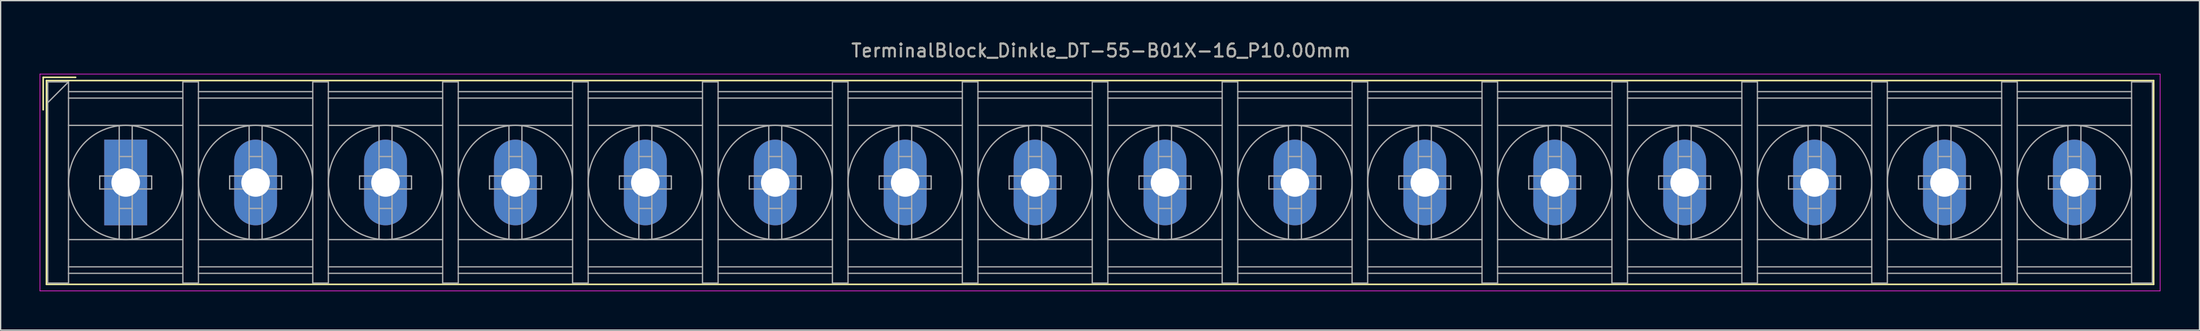
<source format=kicad_pcb>
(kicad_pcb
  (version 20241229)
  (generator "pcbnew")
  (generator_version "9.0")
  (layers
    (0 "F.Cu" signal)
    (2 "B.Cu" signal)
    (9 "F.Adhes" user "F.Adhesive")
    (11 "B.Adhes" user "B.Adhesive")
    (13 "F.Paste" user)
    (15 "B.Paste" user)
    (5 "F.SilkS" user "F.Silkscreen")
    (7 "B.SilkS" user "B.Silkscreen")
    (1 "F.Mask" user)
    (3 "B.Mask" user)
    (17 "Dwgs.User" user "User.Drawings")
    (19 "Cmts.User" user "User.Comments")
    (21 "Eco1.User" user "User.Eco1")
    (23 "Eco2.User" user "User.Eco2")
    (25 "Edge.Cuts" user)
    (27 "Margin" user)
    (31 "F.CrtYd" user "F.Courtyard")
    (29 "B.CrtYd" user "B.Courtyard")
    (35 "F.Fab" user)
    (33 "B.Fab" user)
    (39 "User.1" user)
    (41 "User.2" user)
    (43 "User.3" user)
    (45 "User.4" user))
  (footprint "TerminalBlock_Dinkle_DT-55-B01X-16_P10.00mm"
    (layer "F.Cu")
    (at 6.625 11.008)
    (property "Reference" "TerminalBlock_Dinkle_DT-55-B01X-16_P10.00mm" (at 75.08 -10.16 0) (layer "F.SilkS") (effects (font (size 1 1) (thickness 0.15))))
    (attr through_hole)
    (fp_line (start -6.35 -8.1) (end -3.85 -8.1) (stroke (width 0.12) (type solid)) (layer "F.SilkS"))
    (fp_line (start -6.35 -5.6) (end -6.35 -8.1) (stroke (width 0.12) (type solid)) (layer "F.SilkS"))
    (fp_line (start -6.1 -7.85) (end 156.1 -7.85) (stroke (width 0.12) (type solid)) (layer "F.SilkS"))
    (fp_line (start -6.1 7.85) (end -6.1 -7.85) (stroke (width 0.12) (type solid)) (layer "F.SilkS"))
    (fp_line (start -6.1 7.85) (end 156.1 7.85) (stroke (width 0.12) (type solid)) (layer "F.SilkS"))
    (fp_line (start 156.1 -7.85) (end 156.1 7.85) (stroke (width 0.12) (type solid)) (layer "F.SilkS"))
    (fp_line (start -6.6 -8.35) (end 156.6 -8.35) (stroke (width 0.05) (type solid)) (layer "F.CrtYd"))
    (fp_line (start -6.6 8.35) (end -6.6 -8.35) (stroke (width 0.05) (type solid)) (layer "F.CrtYd"))
    (fp_line (start -6.6 8.35) (end 156.6 8.35) (stroke (width 0.05) (type solid)) (layer "F.CrtYd"))
    (fp_line (start 156.6 -8.35) (end 156.6 8.35) (stroke (width 0.05) (type solid)) (layer "F.CrtYd"))
    (fp_line (start -6 -7.75) (end -6 7.75) (stroke (width 0.1) (type solid)) (layer "F.Fab"))
    (fp_line (start -6 -7.75) (end -4.4 -7.75) (stroke (width 0.1) (type solid)) (layer "F.Fab"))
    (fp_line (start -6 7.75) (end -4.4 7.75) (stroke (width 0.1) (type solid)) (layer "F.Fab"))
    (fp_line (start -4.4 -7.75) (end -6 -6.15) (stroke (width 0.1) (type solid)) (layer "F.Fab"))
    (fp_line (start -4.4 -7.75) (end -4.4 7.75) (stroke (width 0.1) (type solid)) (layer "F.Fab"))
    (fp_line (start -4.4 -7) (end 4.4 -7) (stroke (width 0.1) (type solid)) (layer "F.Fab"))
    (fp_line (start -4.4 -6.5) (end 4.4 -6.5) (stroke (width 0.1) (type solid)) (layer "F.Fab"))
    (fp_line (start -4.4 -4.4) (end 4.4 -4.4) (stroke (width 0.1) (type solid)) (layer "F.Fab"))
    (fp_line (start -4.4 4.4) (end 4.4 4.4) (stroke (width 0.1) (type solid)) (layer "F.Fab"))
    (fp_line (start -4.4 6.5) (end 4.4 6.5) (stroke (width 0.1) (type solid)) (layer "F.Fab"))
    (fp_line (start -4.4 7) (end 4.4 7) (stroke (width 0.1) (type solid)) (layer "F.Fab"))
    (fp_line (start -2 -0.5) (end -2 0.5) (stroke (width 0.1) (type solid)) (layer "F.Fab"))
    (fp_line (start -2 0.5) (end -0.5 0.5) (stroke (width 0.1) (type solid)) (layer "F.Fab"))
    (fp_line (start -0.5 -4.35) (end -0.5 -0.5) (stroke (width 0.1) (type solid)) (layer "F.Fab"))
    (fp_line (start -0.5 -2) (end 0.5 -2) (stroke (width 0.1) (type solid)) (layer "F.Fab"))
    (fp_line (start -0.5 -0.5) (end -2 -0.5) (stroke (width 0.1) (type solid)) (layer "F.Fab"))
    (fp_line (start -0.5 0.5) (end -0.5 4.35) (stroke (width 0.1) (type solid)) (layer "F.Fab"))
    (fp_line (start -0.5 2) (end 0.5 2) (stroke (width 0.1) (type solid)) (layer "F.Fab"))
    (fp_line (start 0.5 -4.35) (end 0.5 -0.5) (stroke (width 0.1) (type solid)) (layer "F.Fab"))
    (fp_line (start 0.5 -0.5) (end 2 -0.5) (stroke (width 0.1) (type solid)) (layer "F.Fab"))
    (fp_line (start 0.5 0.5) (end 0.5 4.35) (stroke (width 0.1) (type solid)) (layer "F.Fab"))
    (fp_line (start 2 -0.5) (end 2 0.5) (stroke (width 0.1) (type solid)) (layer "F.Fab"))
    (fp_line (start 2 0.5) (end 0.5 0.5) (stroke (width 0.1) (type solid)) (layer "F.Fab"))
    (fp_line (start 4.4 -7.75) (end 4.4 7.75) (stroke (width 0.1) (type solid)) (layer "F.Fab"))
    (fp_line (start 4.4 -7.75) (end 5.6 -7.75) (stroke (width 0.1) (type solid)) (layer "F.Fab"))
    (fp_line (start 4.4 7.75) (end 5.6 7.75) (stroke (width 0.1) (type solid)) (layer "F.Fab"))
    (fp_line (start 5.6 -7.75) (end 5.6 7.75) (stroke (width 0.1) (type solid)) (layer "F.Fab"))
    (fp_line (start 5.6 -7) (end 14.4 -7) (stroke (width 0.1) (type solid)) (layer "F.Fab"))
    (fp_line (start 5.6 -6.5) (end 14.4 -6.5) (stroke (width 0.1) (type solid)) (layer "F.Fab"))
    (fp_line (start 5.6 -4.4) (end 14.4 -4.4) (stroke (width 0.1) (type solid)) (layer "F.Fab"))
    (fp_line (start 5.6 4.4) (end 14.4 4.4) (stroke (width 0.1) (type solid)) (layer "F.Fab"))
    (fp_line (start 5.6 6.5) (end 14.4 6.5) (stroke (width 0.1) (type solid)) (layer "F.Fab"))
    (fp_line (start 5.6 7) (end 14.4 7) (stroke (width 0.1) (type solid)) (layer "F.Fab"))
    (fp_line (start 8 -0.5) (end 8 0.5) (stroke (width 0.1) (type solid)) (layer "F.Fab"))
    (fp_line (start 8 0.5) (end 9.5 0.5) (stroke (width 0.1) (type solid)) (layer "F.Fab"))
    (fp_line (start 9.5 -4.35) (end 9.5 -0.5) (stroke (width 0.1) (type solid)) (layer "F.Fab"))
    (fp_line (start 9.5 -2) (end 10.5 -2) (stroke (width 0.1) (type solid)) (layer "F.Fab"))
    (fp_line (start 9.5 -0.5) (end 8 -0.5) (stroke (width 0.1) (type solid)) (layer "F.Fab"))
    (fp_line (start 9.5 0.5) (end 9.5 4.35) (stroke (width 0.1) (type solid)) (layer "F.Fab"))
    (fp_line (start 9.5 2) (end 10.5 2) (stroke (width 0.1) (type solid)) (layer "F.Fab"))
    (fp_line (start 10.5 -4.35) (end 10.5 -0.5) (stroke (width 0.1) (type solid)) (layer "F.Fab"))
    (fp_line (start 10.5 -0.5) (end 12 -0.5) (stroke (width 0.1) (type solid)) (layer "F.Fab"))
    (fp_line (start 10.5 0.5) (end 10.5 4.35) (stroke (width 0.1) (type solid)) (layer "F.Fab"))
    (fp_line (start 12 -0.5) (end 12 0.5) (stroke (width 0.1) (type solid)) (layer "F.Fab"))
    (fp_line (start 12 0.5) (end 10.5 0.5) (stroke (width 0.1) (type solid)) (layer "F.Fab"))
    (fp_line (start 14.4 -7.75) (end 14.4 7.75) (stroke (width 0.1) (type solid)) (layer "F.Fab"))
    (fp_line (start 14.4 -7.75) (end 15.6 -7.75) (stroke (width 0.1) (type solid)) (layer "F.Fab"))
    (fp_line (start 14.4 7.75) (end 15.6 7.75) (stroke (width 0.1) (type solid)) (layer "F.Fab"))
    (fp_line (start 15.6 -7.75) (end 15.6 7.75) (stroke (width 0.1) (type solid)) (layer "F.Fab"))
    (fp_line (start 15.6 -7) (end 24.4 -7) (stroke (width 0.1) (type solid)) (layer "F.Fab"))
    (fp_line (start 15.6 -6.5) (end 24.4 -6.5) (stroke (width 0.1) (type solid)) (layer "F.Fab"))
    (fp_line (start 15.6 -4.4) (end 24.4 -4.4) (stroke (width 0.1) (type solid)) (layer "F.Fab"))
    (fp_line (start 15.6 4.4) (end 24.4 4.4) (stroke (width 0.1) (type solid)) (layer "F.Fab"))
    (fp_line (start 15.6 6.5) (end 24.4 6.5) (stroke (width 0.1) (type solid)) (layer "F.Fab"))
    (fp_line (start 15.6 7) (end 24.4 7) (stroke (width 0.1) (type solid)) (layer "F.Fab"))
    (fp_line (start 18 -0.5) (end 18 0.5) (stroke (width 0.1) (type solid)) (layer "F.Fab"))
    (fp_line (start 18 0.5) (end 19.5 0.5) (stroke (width 0.1) (type solid)) (layer "F.Fab"))
    (fp_line (start 19.5 -4.35) (end 19.5 -0.5) (stroke (width 0.1) (type solid)) (layer "F.Fab"))
    (fp_line (start 19.5 -2) (end 20.5 -2) (stroke (width 0.1) (type solid)) (layer "F.Fab"))
    (fp_line (start 19.5 -0.5) (end 18 -0.5) (stroke (width 0.1) (type solid)) (layer "F.Fab"))
    (fp_line (start 19.5 0.5) (end 19.5 4.35) (stroke (width 0.1) (type solid)) (layer "F.Fab"))
    (fp_line (start 19.5 2) (end 20.5 2) (stroke (width 0.1) (type solid)) (layer "F.Fab"))
    (fp_line (start 20.5 -4.35) (end 20.5 -0.5) (stroke (width 0.1) (type solid)) (layer "F.Fab"))
    (fp_line (start 20.5 -0.5) (end 22 -0.5) (stroke (width 0.1) (type solid)) (layer "F.Fab"))
    (fp_line (start 20.5 0.5) (end 20.5 4.35) (stroke (width 0.1) (type solid)) (layer "F.Fab"))
    (fp_line (start 22 -0.5) (end 22 0.5) (stroke (width 0.1) (type solid)) (layer "F.Fab"))
    (fp_line (start 22 0.5) (end 20.5 0.5) (stroke (width 0.1) (type solid)) (layer "F.Fab"))
    (fp_line (start 24.4 -7.75) (end 24.4 7.75) (stroke (width 0.1) (type solid)) (layer "F.Fab"))
    (fp_line (start 24.4 -7.75) (end 25.6 -7.75) (stroke (width 0.1) (type solid)) (layer "F.Fab"))
    (fp_line (start 24.4 7.75) (end 25.6 7.75) (stroke (width 0.1) (type solid)) (layer "F.Fab"))
    (fp_line (start 25.6 -7.75) (end 25.6 7.75) (stroke (width 0.1) (type solid)) (layer "F.Fab"))
    (fp_line (start 25.6 -7) (end 34.4 -7) (stroke (width 0.1) (type solid)) (layer "F.Fab"))
    (fp_line (start 25.6 -6.5) (end 34.4 -6.5) (stroke (width 0.1) (type solid)) (layer "F.Fab"))
    (fp_line (start 25.6 -4.4) (end 34.4 -4.4) (stroke (width 0.1) (type solid)) (layer "F.Fab"))
    (fp_line (start 25.6 4.4) (end 34.4 4.4) (stroke (width 0.1) (type solid)) (layer "F.Fab"))
    (fp_line (start 25.6 6.5) (end 34.4 6.5) (stroke (width 0.1) (type solid)) (layer "F.Fab"))
    (fp_line (start 25.6 7) (end 34.4 7) (stroke (width 0.1) (type solid)) (layer "F.Fab"))
    (fp_line (start 28 -0.5) (end 28 0.5) (stroke (width 0.1) (type solid)) (layer "F.Fab"))
    (fp_line (start 28 0.5) (end 29.5 0.5) (stroke (width 0.1) (type solid)) (layer "F.Fab"))
    (fp_line (start 29.5 -4.35) (end 29.5 -0.5) (stroke (width 0.1) (type solid)) (layer "F.Fab"))
    (fp_line (start 29.5 -2) (end 30.5 -2) (stroke (width 0.1) (type solid)) (layer "F.Fab"))
    (fp_line (start 29.5 -0.5) (end 28 -0.5) (stroke (width 0.1) (type solid)) (layer "F.Fab"))
    (fp_line (start 29.5 0.5) (end 29.5 4.35) (stroke (width 0.1) (type solid)) (layer "F.Fab"))
    (fp_line (start 29.5 2) (end 30.5 2) (stroke (width 0.1) (type solid)) (layer "F.Fab"))
    (fp_line (start 30.5 -4.35) (end 30.5 -0.5) (stroke (width 0.1) (type solid)) (layer "F.Fab"))
    (fp_line (start 30.5 -0.5) (end 32 -0.5) (stroke (width 0.1) (type solid)) (layer "F.Fab"))
    (fp_line (start 30.5 0.5) (end 30.5 4.35) (stroke (width 0.1) (type solid)) (layer "F.Fab"))
    (fp_line (start 32 -0.5) (end 32 0.5) (stroke (width 0.1) (type solid)) (layer "F.Fab"))
    (fp_line (start 32 0.5) (end 30.5 0.5) (stroke (width 0.1) (type solid)) (layer "F.Fab"))
    (fp_line (start 34.4 -7.75) (end 34.4 7.75) (stroke (width 0.1) (type solid)) (layer "F.Fab"))
    (fp_line (start 34.4 -7.75) (end 35.6 -7.75) (stroke (width 0.1) (type solid)) (layer "F.Fab"))
    (fp_line (start 34.4 7.75) (end 35.6 7.75) (stroke (width 0.1) (type solid)) (layer "F.Fab"))
    (fp_line (start 35.6 -7.75) (end 35.6 7.75) (stroke (width 0.1) (type solid)) (layer "F.Fab"))
    (fp_line (start 35.6 -7) (end 44.4 -7) (stroke (width 0.1) (type solid)) (layer "F.Fab"))
    (fp_line (start 35.6 -6.5) (end 44.4 -6.5) (stroke (width 0.1) (type solid)) (layer "F.Fab"))
    (fp_line (start 35.6 -4.4) (end 44.4 -4.4) (stroke (width 0.1) (type solid)) (layer "F.Fab"))
    (fp_line (start 35.6 4.4) (end 44.4 4.4) (stroke (width 0.1) (type solid)) (layer "F.Fab"))
    (fp_line (start 35.6 6.5) (end 44.4 6.5) (stroke (width 0.1) (type solid)) (layer "F.Fab"))
    (fp_line (start 35.6 7) (end 44.4 7) (stroke (width 0.1) (type solid)) (layer "F.Fab"))
    (fp_line (start 38 -0.5) (end 38 0.5) (stroke (width 0.1) (type solid)) (layer "F.Fab"))
    (fp_line (start 38 0.5) (end 39.5 0.5) (stroke (width 0.1) (type solid)) (layer "F.Fab"))
    (fp_line (start 39.5 -4.35) (end 39.5 -0.5) (stroke (width 0.1) (type solid)) (layer "F.Fab"))
    (fp_line (start 39.5 -2) (end 40.5 -2) (stroke (width 0.1) (type solid)) (layer "F.Fab"))
    (fp_line (start 39.5 -0.5) (end 38 -0.5) (stroke (width 0.1) (type solid)) (layer "F.Fab"))
    (fp_line (start 39.5 0.5) (end 39.5 4.35) (stroke (width 0.1) (type solid)) (layer "F.Fab"))
    (fp_line (start 39.5 2) (end 40.5 2) (stroke (width 0.1) (type solid)) (layer "F.Fab"))
    (fp_line (start 40.5 -4.35) (end 40.5 -0.5) (stroke (width 0.1) (type solid)) (layer "F.Fab"))
    (fp_line (start 40.5 -0.5) (end 42 -0.5) (stroke (width 0.1) (type solid)) (layer "F.Fab"))
    (fp_line (start 40.5 0.5) (end 40.5 4.35) (stroke (width 0.1) (type solid)) (layer "F.Fab"))
    (fp_line (start 42 -0.5) (end 42 0.5) (stroke (width 0.1) (type solid)) (layer "F.Fab"))
    (fp_line (start 42 0.5) (end 40.5 0.5) (stroke (width 0.1) (type solid)) (layer "F.Fab"))
    (fp_line (start 44.4 -7.75) (end 44.4 7.75) (stroke (width 0.1) (type solid)) (layer "F.Fab"))
    (fp_line (start 44.4 -7.75) (end 45.6 -7.75) (stroke (width 0.1) (type solid)) (layer "F.Fab"))
    (fp_line (start 44.4 7.75) (end 45.6 7.75) (stroke (width 0.1) (type solid)) (layer "F.Fab"))
    (fp_line (start 45.6 -7.75) (end 45.6 7.75) (stroke (width 0.1) (type solid)) (layer "F.Fab"))
    (fp_line (start 45.6 -7) (end 54.4 -7) (stroke (width 0.1) (type solid)) (layer "F.Fab"))
    (fp_line (start 45.6 -6.5) (end 54.4 -6.5) (stroke (width 0.1) (type solid)) (layer "F.Fab"))
    (fp_line (start 45.6 -4.4) (end 54.4 -4.4) (stroke (width 0.1) (type solid)) (layer "F.Fab"))
    (fp_line (start 45.6 4.4) (end 54.4 4.4) (stroke (width 0.1) (type solid)) (layer "F.Fab"))
    (fp_line (start 45.6 6.5) (end 54.4 6.5) (stroke (width 0.1) (type solid)) (layer "F.Fab"))
    (fp_line (start 45.6 7) (end 54.4 7) (stroke (width 0.1) (type solid)) (layer "F.Fab"))
    (fp_line (start 48 -0.5) (end 48 0.5) (stroke (width 0.1) (type solid)) (layer "F.Fab"))
    (fp_line (start 48 0.5) (end 49.5 0.5) (stroke (width 0.1) (type solid)) (layer "F.Fab"))
    (fp_line (start 49.5 -4.35) (end 49.5 -0.5) (stroke (width 0.1) (type solid)) (layer "F.Fab"))
    (fp_line (start 49.5 -2) (end 50.5 -2) (stroke (width 0.1) (type solid)) (layer "F.Fab"))
    (fp_line (start 49.5 -0.5) (end 48 -0.5) (stroke (width 0.1) (type solid)) (layer "F.Fab"))
    (fp_line (start 49.5 0.5) (end 49.5 4.35) (stroke (width 0.1) (type solid)) (layer "F.Fab"))
    (fp_line (start 49.5 2) (end 50.5 2) (stroke (width 0.1) (type solid)) (layer "F.Fab"))
    (fp_line (start 50.5 -4.35) (end 50.5 -0.5) (stroke (width 0.1) (type solid)) (layer "F.Fab"))
    (fp_line (start 50.5 -0.5) (end 52 -0.5) (stroke (width 0.1) (type solid)) (layer "F.Fab"))
    (fp_line (start 50.5 0.5) (end 50.5 4.35) (stroke (width 0.1) (type solid)) (layer "F.Fab"))
    (fp_line (start 52 -0.5) (end 52 0.5) (stroke (width 0.1) (type solid)) (layer "F.Fab"))
    (fp_line (start 52 0.5) (end 50.5 0.5) (stroke (width 0.1) (type solid)) (layer "F.Fab"))
    (fp_line (start 54.4 -7.75) (end 54.4 7.75) (stroke (width 0.1) (type solid)) (layer "F.Fab"))
    (fp_line (start 54.4 -7.75) (end 55.6 -7.75) (stroke (width 0.1) (type solid)) (layer "F.Fab"))
    (fp_line (start 54.4 7.75) (end 55.6 7.75) (stroke (width 0.1) (type solid)) (layer "F.Fab"))
    (fp_line (start 55.6 -7.75) (end 55.6 7.75) (stroke (width 0.1) (type solid)) (layer "F.Fab"))
    (fp_line (start 55.6 -7) (end 64.4 -7) (stroke (width 0.1) (type solid)) (layer "F.Fab"))
    (fp_line (start 55.6 -6.5) (end 64.4 -6.5) (stroke (width 0.1) (type solid)) (layer "F.Fab"))
    (fp_line (start 55.6 -4.4) (end 64.4 -4.4) (stroke (width 0.1) (type solid)) (layer "F.Fab"))
    (fp_line (start 55.6 4.4) (end 64.4 4.4) (stroke (width 0.1) (type solid)) (layer "F.Fab"))
    (fp_line (start 55.6 6.5) (end 64.4 6.5) (stroke (width 0.1) (type solid)) (layer "F.Fab"))
    (fp_line (start 55.6 7) (end 64.4 7) (stroke (width 0.1) (type solid)) (layer "F.Fab"))
    (fp_line (start 58 -0.5) (end 58 0.5) (stroke (width 0.1) (type solid)) (layer "F.Fab"))
    (fp_line (start 58 0.5) (end 59.5 0.5) (stroke (width 0.1) (type solid)) (layer "F.Fab"))
    (fp_line (start 59.5 -4.35) (end 59.5 -0.5) (stroke (width 0.1) (type solid)) (layer "F.Fab"))
    (fp_line (start 59.5 -2) (end 60.5 -2) (stroke (width 0.1) (type solid)) (layer "F.Fab"))
    (fp_line (start 59.5 -0.5) (end 58 -0.5) (stroke (width 0.1) (type solid)) (layer "F.Fab"))
    (fp_line (start 59.5 0.5) (end 59.5 4.35) (stroke (width 0.1) (type solid)) (layer "F.Fab"))
    (fp_line (start 59.5 2) (end 60.5 2) (stroke (width 0.1) (type solid)) (layer "F.Fab"))
    (fp_line (start 60.5 -4.35) (end 60.5 -0.5) (stroke (width 0.1) (type solid)) (layer "F.Fab"))
    (fp_line (start 60.5 -0.5) (end 62 -0.5) (stroke (width 0.1) (type solid)) (layer "F.Fab"))
    (fp_line (start 60.5 0.5) (end 60.5 4.35) (stroke (width 0.1) (type solid)) (layer "F.Fab"))
    (fp_line (start 62 -0.5) (end 62 0.5) (stroke (width 0.1) (type solid)) (layer "F.Fab"))
    (fp_line (start 62 0.5) (end 60.5 0.5) (stroke (width 0.1) (type solid)) (layer "F.Fab"))
    (fp_line (start 64.4 -7.75) (end 64.4 7.75) (stroke (width 0.1) (type solid)) (layer "F.Fab"))
    (fp_line (start 64.4 -7.75) (end 65.6 -7.75) (stroke (width 0.1) (type solid)) (layer "F.Fab"))
    (fp_line (start 64.4 7.75) (end 65.6 7.75) (stroke (width 0.1) (type solid)) (layer "F.Fab"))
    (fp_line (start 65.6 -7.75) (end 65.6 7.75) (stroke (width 0.1) (type solid)) (layer "F.Fab"))
    (fp_line (start 65.6 -7) (end 74.4 -7) (stroke (width 0.1) (type solid)) (layer "F.Fab"))
    (fp_line (start 65.6 -6.5) (end 74.4 -6.5) (stroke (width 0.1) (type solid)) (layer "F.Fab"))
    (fp_line (start 65.6 -4.4) (end 74.4 -4.4) (stroke (width 0.1) (type solid)) (layer "F.Fab"))
    (fp_line (start 65.6 4.4) (end 74.4 4.4) (stroke (width 0.1) (type solid)) (layer "F.Fab"))
    (fp_line (start 65.6 6.5) (end 74.4 6.5) (stroke (width 0.1) (type solid)) (layer "F.Fab"))
    (fp_line (start 65.6 7) (end 74.4 7) (stroke (width 0.1) (type solid)) (layer "F.Fab"))
    (fp_line (start 68 -0.5) (end 68 0.5) (stroke (width 0.1) (type solid)) (layer "F.Fab"))
    (fp_line (start 68 0.5) (end 69.5 0.5) (stroke (width 0.1) (type solid)) (layer "F.Fab"))
    (fp_line (start 69.5 -4.35) (end 69.5 -0.5) (stroke (width 0.1) (type solid)) (layer "F.Fab"))
    (fp_line (start 69.5 -2) (end 70.5 -2) (stroke (width 0.1) (type solid)) (layer "F.Fab"))
    (fp_line (start 69.5 -0.5) (end 68 -0.5) (stroke (width 0.1) (type solid)) (layer "F.Fab"))
    (fp_line (start 69.5 0.5) (end 69.5 4.35) (stroke (width 0.1) (type solid)) (layer "F.Fab"))
    (fp_line (start 69.5 2) (end 70.5 2) (stroke (width 0.1) (type solid)) (layer "F.Fab"))
    (fp_line (start 70.5 -4.35) (end 70.5 -0.5) (stroke (width 0.1) (type solid)) (layer "F.Fab"))
    (fp_line (start 70.5 -0.5) (end 72 -0.5) (stroke (width 0.1) (type solid)) (layer "F.Fab"))
    (fp_line (start 70.5 0.5) (end 70.5 4.35) (stroke (width 0.1) (type solid)) (layer "F.Fab"))
    (fp_line (start 72 -0.5) (end 72 0.5) (stroke (width 0.1) (type solid)) (layer "F.Fab"))
    (fp_line (start 72 0.5) (end 70.5 0.5) (stroke (width 0.1) (type solid)) (layer "F.Fab"))
    (fp_line (start 74.4 -7.75) (end 74.4 7.75) (stroke (width 0.1) (type solid)) (layer "F.Fab"))
    (fp_line (start 74.4 -7.75) (end 75.6 -7.75) (stroke (width 0.1) (type solid)) (layer "F.Fab"))
    (fp_line (start 74.4 7.75) (end 75.6 7.75) (stroke (width 0.1) (type solid)) (layer "F.Fab"))
    (fp_line (start 75.6 -7.75) (end 75.6 7.75) (stroke (width 0.1) (type solid)) (layer "F.Fab"))
    (fp_line (start 75.6 -7) (end 84.4 -7) (stroke (width 0.1) (type solid)) (layer "F.Fab"))
    (fp_line (start 75.6 -6.5) (end 84.4 -6.5) (stroke (width 0.1) (type solid)) (layer "F.Fab"))
    (fp_line (start 75.6 -4.4) (end 84.4 -4.4) (stroke (width 0.1) (type solid)) (layer "F.Fab"))
    (fp_line (start 75.6 4.4) (end 84.4 4.4) (stroke (width 0.1) (type solid)) (layer "F.Fab"))
    (fp_line (start 75.6 6.5) (end 84.4 6.5) (stroke (width 0.1) (type solid)) (layer "F.Fab"))
    (fp_line (start 75.6 7) (end 84.4 7) (stroke (width 0.1) (type solid)) (layer "F.Fab"))
    (fp_line (start 78 -0.5) (end 78 0.5) (stroke (width 0.1) (type solid)) (layer "F.Fab"))
    (fp_line (start 78 0.5) (end 79.5 0.5) (stroke (width 0.1) (type solid)) (layer "F.Fab"))
    (fp_line (start 79.5 -4.35) (end 79.5 -0.5) (stroke (width 0.1) (type solid)) (layer "F.Fab"))
    (fp_line (start 79.5 -2) (end 80.5 -2) (stroke (width 0.1) (type solid)) (layer "F.Fab"))
    (fp_line (start 79.5 -0.5) (end 78 -0.5) (stroke (width 0.1) (type solid)) (layer "F.Fab"))
    (fp_line (start 79.5 0.5) (end 79.5 4.35) (stroke (width 0.1) (type solid)) (layer "F.Fab"))
    (fp_line (start 79.5 2) (end 80.5 2) (stroke (width 0.1) (type solid)) (layer "F.Fab"))
    (fp_line (start 80.5 -4.35) (end 80.5 -0.5) (stroke (width 0.1) (type solid)) (layer "F.Fab"))
    (fp_line (start 80.5 -0.5) (end 82 -0.5) (stroke (width 0.1) (type solid)) (layer "F.Fab"))
    (fp_line (start 80.5 0.5) (end 80.5 4.35) (stroke (width 0.1) (type solid)) (layer "F.Fab"))
    (fp_line (start 82 -0.5) (end 82 0.5) (stroke (width 0.1) (type solid)) (layer "F.Fab"))
    (fp_line (start 82 0.5) (end 80.5 0.5) (stroke (width 0.1) (type solid)) (layer "F.Fab"))
    (fp_line (start 84.4 -7.75) (end 84.4 7.75) (stroke (width 0.1) (type solid)) (layer "F.Fab"))
    (fp_line (start 84.4 -7.75) (end 85.6 -7.75) (stroke (width 0.1) (type solid)) (layer "F.Fab"))
    (fp_line (start 84.4 7.75) (end 85.6 7.75) (stroke (width 0.1) (type solid)) (layer "F.Fab"))
    (fp_line (start 85.6 -7.75) (end 85.6 7.75) (stroke (width 0.1) (type solid)) (layer "F.Fab"))
    (fp_line (start 85.6 -7) (end 94.4 -7) (stroke (width 0.1) (type solid)) (layer "F.Fab"))
    (fp_line (start 85.6 -6.5) (end 94.4 -6.5) (stroke (width 0.1) (type solid)) (layer "F.Fab"))
    (fp_line (start 85.6 -4.4) (end 94.4 -4.4) (stroke (width 0.1) (type solid)) (layer "F.Fab"))
    (fp_line (start 85.6 4.4) (end 94.4 4.4) (stroke (width 0.1) (type solid)) (layer "F.Fab"))
    (fp_line (start 85.6 6.5) (end 94.4 6.5) (stroke (width 0.1) (type solid)) (layer "F.Fab"))
    (fp_line (start 85.6 7) (end 94.4 7) (stroke (width 0.1) (type solid)) (layer "F.Fab"))
    (fp_line (start 88 -0.5) (end 88 0.5) (stroke (width 0.1) (type solid)) (layer "F.Fab"))
    (fp_line (start 88 0.5) (end 89.5 0.5) (stroke (width 0.1) (type solid)) (layer "F.Fab"))
    (fp_line (start 89.5 -4.35) (end 89.5 -0.5) (stroke (width 0.1) (type solid)) (layer "F.Fab"))
    (fp_line (start 89.5 -2) (end 90.5 -2) (stroke (width 0.1) (type solid)) (layer "F.Fab"))
    (fp_line (start 89.5 -0.5) (end 88 -0.5) (stroke (width 0.1) (type solid)) (layer "F.Fab"))
    (fp_line (start 89.5 0.5) (end 89.5 4.35) (stroke (width 0.1) (type solid)) (layer "F.Fab"))
    (fp_line (start 89.5 2) (end 90.5 2) (stroke (width 0.1) (type solid)) (layer "F.Fab"))
    (fp_line (start 90.5 -4.35) (end 90.5 -0.5) (stroke (width 0.1) (type solid)) (layer "F.Fab"))
    (fp_line (start 90.5 -0.5) (end 92 -0.5) (stroke (width 0.1) (type solid)) (layer "F.Fab"))
    (fp_line (start 90.5 0.5) (end 90.5 4.35) (stroke (width 0.1) (type solid)) (layer "F.Fab"))
    (fp_line (start 92 -0.5) (end 92 0.5) (stroke (width 0.1) (type solid)) (layer "F.Fab"))
    (fp_line (start 92 0.5) (end 90.5 0.5) (stroke (width 0.1) (type solid)) (layer "F.Fab"))
    (fp_line (start 94.4 -7.75) (end 94.4 7.75) (stroke (width 0.1) (type solid)) (layer "F.Fab"))
    (fp_line (start 94.4 -7.75) (end 95.6 -7.75) (stroke (width 0.1) (type solid)) (layer "F.Fab"))
    (fp_line (start 94.4 7.75) (end 95.6 7.75) (stroke (width 0.1) (type solid)) (layer "F.Fab"))
    (fp_line (start 95.6 -7.75) (end 95.6 7.75) (stroke (width 0.1) (type solid)) (layer "F.Fab"))
    (fp_line (start 95.6 -7) (end 104.4 -7) (stroke (width 0.1) (type solid)) (layer "F.Fab"))
    (fp_line (start 95.6 -6.5) (end 104.4 -6.5) (stroke (width 0.1) (type solid)) (layer "F.Fab"))
    (fp_line (start 95.6 -4.4) (end 104.4 -4.4) (stroke (width 0.1) (type solid)) (layer "F.Fab"))
    (fp_line (start 95.6 4.4) (end 104.4 4.4) (stroke (width 0.1) (type solid)) (layer "F.Fab"))
    (fp_line (start 95.6 6.5) (end 104.4 6.5) (stroke (width 0.1) (type solid)) (layer "F.Fab"))
    (fp_line (start 95.6 7) (end 104.4 7) (stroke (width 0.1) (type solid)) (layer "F.Fab"))
    (fp_line (start 98 -0.5) (end 98 0.5) (stroke (width 0.1) (type solid)) (layer "F.Fab"))
    (fp_line (start 98 0.5) (end 99.5 0.5) (stroke (width 0.1) (type solid)) (layer "F.Fab"))
    (fp_line (start 99.5 -4.35) (end 99.5 -0.5) (stroke (width 0.1) (type solid)) (layer "F.Fab"))
    (fp_line (start 99.5 -2) (end 100.5 -2) (stroke (width 0.1) (type solid)) (layer "F.Fab"))
    (fp_line (start 99.5 -0.5) (end 98 -0.5) (stroke (width 0.1) (type solid)) (layer "F.Fab"))
    (fp_line (start 99.5 0.5) (end 99.5 4.35) (stroke (width 0.1) (type solid)) (layer "F.Fab"))
    (fp_line (start 99.5 2) (end 100.5 2) (stroke (width 0.1) (type solid)) (layer "F.Fab"))
    (fp_line (start 100.5 -4.35) (end 100.5 -0.5) (stroke (width 0.1) (type solid)) (layer "F.Fab"))
    (fp_line (start 100.5 -0.5) (end 102 -0.5) (stroke (width 0.1) (type solid)) (layer "F.Fab"))
    (fp_line (start 100.5 0.5) (end 100.5 4.35) (stroke (width 0.1) (type solid)) (layer "F.Fab"))
    (fp_line (start 102 -0.5) (end 102 0.5) (stroke (width 0.1) (type solid)) (layer "F.Fab"))
    (fp_line (start 102 0.5) (end 100.5 0.5) (stroke (width 0.1) (type solid)) (layer "F.Fab"))
    (fp_line (start 104.4 -7.75) (end 104.4 7.75) (stroke (width 0.1) (type solid)) (layer "F.Fab"))
    (fp_line (start 104.4 -7.75) (end 105.6 -7.75) (stroke (width 0.1) (type solid)) (layer "F.Fab"))
    (fp_line (start 104.4 7.75) (end 105.6 7.75) (stroke (width 0.1) (type solid)) (layer "F.Fab"))
    (fp_line (start 105.6 -7.75) (end 105.6 7.75) (stroke (width 0.1) (type solid)) (layer "F.Fab"))
    (fp_line (start 105.6 -7) (end 114.4 -7) (stroke (width 0.1) (type solid)) (layer "F.Fab"))
    (fp_line (start 105.6 -6.5) (end 114.4 -6.5) (stroke (width 0.1) (type solid)) (layer "F.Fab"))
    (fp_line (start 105.6 -4.4) (end 114.4 -4.4) (stroke (width 0.1) (type solid)) (layer "F.Fab"))
    (fp_line (start 105.6 4.4) (end 114.4 4.4) (stroke (width 0.1) (type solid)) (layer "F.Fab"))
    (fp_line (start 105.6 6.5) (end 114.4 6.5) (stroke (width 0.1) (type solid)) (layer "F.Fab"))
    (fp_line (start 105.6 7) (end 114.4 7) (stroke (width 0.1) (type solid)) (layer "F.Fab"))
    (fp_line (start 108 -0.5) (end 108 0.5) (stroke (width 0.1) (type solid)) (layer "F.Fab"))
    (fp_line (start 108 0.5) (end 109.5 0.5) (stroke (width 0.1) (type solid)) (layer "F.Fab"))
    (fp_line (start 109.5 -4.35) (end 109.5 -0.5) (stroke (width 0.1) (type solid)) (layer "F.Fab"))
    (fp_line (start 109.5 -2) (end 110.5 -2) (stroke (width 0.1) (type solid)) (layer "F.Fab"))
    (fp_line (start 109.5 -0.5) (end 108 -0.5) (stroke (width 0.1) (type solid)) (layer "F.Fab"))
    (fp_line (start 109.5 0.5) (end 109.5 4.35) (stroke (width 0.1) (type solid)) (layer "F.Fab"))
    (fp_line (start 109.5 2) (end 110.5 2) (stroke (width 0.1) (type solid)) (layer "F.Fab"))
    (fp_line (start 110.5 -4.35) (end 110.5 -0.5) (stroke (width 0.1) (type solid)) (layer "F.Fab"))
    (fp_line (start 110.5 -0.5) (end 112 -0.5) (stroke (width 0.1) (type solid)) (layer "F.Fab"))
    (fp_line (start 110.5 0.5) (end 110.5 4.35) (stroke (width 0.1) (type solid)) (layer "F.Fab"))
    (fp_line (start 112 -0.5) (end 112 0.5) (stroke (width 0.1) (type solid)) (layer "F.Fab"))
    (fp_line (start 112 0.5) (end 110.5 0.5) (stroke (width 0.1) (type solid)) (layer "F.Fab"))
    (fp_line (start 114.4 -7.75) (end 114.4 7.75) (stroke (width 0.1) (type solid)) (layer "F.Fab"))
    (fp_line (start 114.4 -7.75) (end 115.6 -7.75) (stroke (width 0.1) (type solid)) (layer "F.Fab"))
    (fp_line (start 114.4 7.75) (end 115.6 7.75) (stroke (width 0.1) (type solid)) (layer "F.Fab"))
    (fp_line (start 115.6 -7.75) (end 115.6 7.75) (stroke (width 0.1) (type solid)) (layer "F.Fab"))
    (fp_line (start 115.6 -7) (end 124.4 -7) (stroke (width 0.1) (type solid)) (layer "F.Fab"))
    (fp_line (start 115.6 -6.5) (end 124.4 -6.5) (stroke (width 0.1) (type solid)) (layer "F.Fab"))
    (fp_line (start 115.6 -4.4) (end 124.4 -4.4) (stroke (width 0.1) (type solid)) (layer "F.Fab"))
    (fp_line (start 115.6 4.4) (end 124.4 4.4) (stroke (width 0.1) (type solid)) (layer "F.Fab"))
    (fp_line (start 115.6 6.5) (end 124.4 6.5) (stroke (width 0.1) (type solid)) (layer "F.Fab"))
    (fp_line (start 115.6 7) (end 124.4 7) (stroke (width 0.1) (type solid)) (layer "F.Fab"))
    (fp_line (start 118 -0.5) (end 118 0.5) (stroke (width 0.1) (type solid)) (layer "F.Fab"))
    (fp_line (start 118 0.5) (end 119.5 0.5) (stroke (width 0.1) (type solid)) (layer "F.Fab"))
    (fp_line (start 119.5 -4.35) (end 119.5 -0.5) (stroke (width 0.1) (type solid)) (layer "F.Fab"))
    (fp_line (start 119.5 -2) (end 120.5 -2) (stroke (width 0.1) (type solid)) (layer "F.Fab"))
    (fp_line (start 119.5 -0.5) (end 118 -0.5) (stroke (width 0.1) (type solid)) (layer "F.Fab"))
    (fp_line (start 119.5 0.5) (end 119.5 4.35) (stroke (width 0.1) (type solid)) (layer "F.Fab"))
    (fp_line (start 119.5 2) (end 120.5 2) (stroke (width 0.1) (type solid)) (layer "F.Fab"))
    (fp_line (start 120.5 -4.35) (end 120.5 -0.5) (stroke (width 0.1) (type solid)) (layer "F.Fab"))
    (fp_line (start 120.5 -0.5) (end 122 -0.5) (stroke (width 0.1) (type solid)) (layer "F.Fab"))
    (fp_line (start 120.5 0.5) (end 120.5 4.35) (stroke (width 0.1) (type solid)) (layer "F.Fab"))
    (fp_line (start 122 -0.5) (end 122 0.5) (stroke (width 0.1) (type solid)) (layer "F.Fab"))
    (fp_line (start 122 0.5) (end 120.5 0.5) (stroke (width 0.1) (type solid)) (layer "F.Fab"))
    (fp_line (start 124.4 -7.75) (end 124.4 7.75) (stroke (width 0.1) (type solid)) (layer "F.Fab"))
    (fp_line (start 124.4 -7.75) (end 125.6 -7.75) (stroke (width 0.1) (type solid)) (layer "F.Fab"))
    (fp_line (start 124.4 7.75) (end 125.6 7.75) (stroke (width 0.1) (type solid)) (layer "F.Fab"))
    (fp_line (start 125.6 -7.75) (end 125.6 7.75) (stroke (width 0.1) (type solid)) (layer "F.Fab"))
    (fp_line (start 125.6 -7) (end 134.4 -7) (stroke (width 0.1) (type solid)) (layer "F.Fab"))
    (fp_line (start 125.6 -6.5) (end 134.4 -6.5) (stroke (width 0.1) (type solid)) (layer "F.Fab"))
    (fp_line (start 125.6 -4.4) (end 134.4 -4.4) (stroke (width 0.1) (type solid)) (layer "F.Fab"))
    (fp_line (start 125.6 4.4) (end 134.4 4.4) (stroke (width 0.1) (type solid)) (layer "F.Fab"))
    (fp_line (start 125.6 6.5) (end 134.4 6.5) (stroke (width 0.1) (type solid)) (layer "F.Fab"))
    (fp_line (start 125.6 7) (end 134.4 7) (stroke (width 0.1) (type solid)) (layer "F.Fab"))
    (fp_line (start 128 -0.5) (end 128 0.5) (stroke (width 0.1) (type solid)) (layer "F.Fab"))
    (fp_line (start 128 0.5) (end 129.5 0.5) (stroke (width 0.1) (type solid)) (layer "F.Fab"))
    (fp_line (start 129.5 -4.35) (end 129.5 -0.5) (stroke (width 0.1) (type solid)) (layer "F.Fab"))
    (fp_line (start 129.5 -2) (end 130.5 -2) (stroke (width 0.1) (type solid)) (layer "F.Fab"))
    (fp_line (start 129.5 -0.5) (end 128 -0.5) (stroke (width 0.1) (type solid)) (layer "F.Fab"))
    (fp_line (start 129.5 0.5) (end 129.5 4.35) (stroke (width 0.1) (type solid)) (layer "F.Fab"))
    (fp_line (start 129.5 2) (end 130.5 2) (stroke (width 0.1) (type solid)) (layer "F.Fab"))
    (fp_line (start 130.5 -4.35) (end 130.5 -0.5) (stroke (width 0.1) (type solid)) (layer "F.Fab"))
    (fp_line (start 130.5 -0.5) (end 132 -0.5) (stroke (width 0.1) (type solid)) (layer "F.Fab"))
    (fp_line (start 130.5 0.5) (end 130.5 4.35) (stroke (width 0.1) (type solid)) (layer "F.Fab"))
    (fp_line (start 132 -0.5) (end 132 0.5) (stroke (width 0.1) (type solid)) (layer "F.Fab"))
    (fp_line (start 132 0.5) (end 130.5 0.5) (stroke (width 0.1) (type solid)) (layer "F.Fab"))
    (fp_line (start 134.4 -7.75) (end 134.4 7.75) (stroke (width 0.1) (type solid)) (layer "F.Fab"))
    (fp_line (start 134.4 -7.75) (end 135.6 -7.75) (stroke (width 0.1) (type solid)) (layer "F.Fab"))
    (fp_line (start 134.4 7.75) (end 135.6 7.75) (stroke (width 0.1) (type solid)) (layer "F.Fab"))
    (fp_line (start 135.6 -7.75) (end 135.6 7.75) (stroke (width 0.1) (type solid)) (layer "F.Fab"))
    (fp_line (start 135.6 -7) (end 144.4 -7) (stroke (width 0.1) (type solid)) (layer "F.Fab"))
    (fp_line (start 135.6 -6.5) (end 144.4 -6.5) (stroke (width 0.1) (type solid)) (layer "F.Fab"))
    (fp_line (start 135.6 -4.4) (end 144.4 -4.4) (stroke (width 0.1) (type solid)) (layer "F.Fab"))
    (fp_line (start 135.6 4.4) (end 144.4 4.4) (stroke (width 0.1) (type solid)) (layer "F.Fab"))
    (fp_line (start 135.6 6.5) (end 144.4 6.5) (stroke (width 0.1) (type solid)) (layer "F.Fab"))
    (fp_line (start 135.6 7) (end 144.4 7) (stroke (width 0.1) (type solid)) (layer "F.Fab"))
    (fp_line (start 138 -0.5) (end 138 0.5) (stroke (width 0.1) (type solid)) (layer "F.Fab"))
    (fp_line (start 138 0.5) (end 139.5 0.5) (stroke (width 0.1) (type solid)) (layer "F.Fab"))
    (fp_line (start 139.5 -4.35) (end 139.5 -0.5) (stroke (width 0.1) (type solid)) (layer "F.Fab"))
    (fp_line (start 139.5 -2) (end 140.5 -2) (stroke (width 0.1) (type solid)) (layer "F.Fab"))
    (fp_line (start 139.5 -0.5) (end 138 -0.5) (stroke (width 0.1) (type solid)) (layer "F.Fab"))
    (fp_line (start 139.5 0.5) (end 139.5 4.35) (stroke (width 0.1) (type solid)) (layer "F.Fab"))
    (fp_line (start 139.5 2) (end 140.5 2) (stroke (width 0.1) (type solid)) (layer "F.Fab"))
    (fp_line (start 140.5 -4.35) (end 140.5 -0.5) (stroke (width 0.1) (type solid)) (layer "F.Fab"))
    (fp_line (start 140.5 -0.5) (end 142 -0.5) (stroke (width 0.1) (type solid)) (layer "F.Fab"))
    (fp_line (start 140.5 0.5) (end 140.5 4.35) (stroke (width 0.1) (type solid)) (layer "F.Fab"))
    (fp_line (start 142 -0.5) (end 142 0.5) (stroke (width 0.1) (type solid)) (layer "F.Fab"))
    (fp_line (start 142 0.5) (end 140.5 0.5) (stroke (width 0.1) (type solid)) (layer "F.Fab"))
    (fp_line (start 144.4 -7.75) (end 144.4 7.75) (stroke (width 0.1) (type solid)) (layer "F.Fab"))
    (fp_line (start 144.4 -7.75) (end 145.6 -7.75) (stroke (width 0.1) (type solid)) (layer "F.Fab"))
    (fp_line (start 144.4 7.75) (end 145.6 7.75) (stroke (width 0.1) (type solid)) (layer "F.Fab"))
    (fp_line (start 145.6 -7.75) (end 145.6 7.75) (stroke (width 0.1) (type solid)) (layer "F.Fab"))
    (fp_line (start 145.6 -7) (end 154.4 -7) (stroke (width 0.1) (type solid)) (layer "F.Fab"))
    (fp_line (start 145.6 -6.5) (end 154.4 -6.5) (stroke (width 0.1) (type solid)) (layer "F.Fab"))
    (fp_line (start 145.6 -4.4) (end 154.4 -4.4) (stroke (width 0.1) (type solid)) (layer "F.Fab"))
    (fp_line (start 145.6 4.4) (end 154.4 4.4) (stroke (width 0.1) (type solid)) (layer "F.Fab"))
    (fp_line (start 145.6 6.5) (end 154.4 6.5) (stroke (width 0.1) (type solid)) (layer "F.Fab"))
    (fp_line (start 145.6 7) (end 154.4 7) (stroke (width 0.1) (type solid)) (layer "F.Fab"))
    (fp_line (start 148 -0.5) (end 148 0.5) (stroke (width 0.1) (type solid)) (layer "F.Fab"))
    (fp_line (start 148 0.5) (end 149.5 0.5) (stroke (width 0.1) (type solid)) (layer "F.Fab"))
    (fp_line (start 149.5 -4.35) (end 149.5 -0.5) (stroke (width 0.1) (type solid)) (layer "F.Fab"))
    (fp_line (start 149.5 -2) (end 150.5 -2) (stroke (width 0.1) (type solid)) (layer "F.Fab"))
    (fp_line (start 149.5 -0.5) (end 148 -0.5) (stroke (width 0.1) (type solid)) (layer "F.Fab"))
    (fp_line (start 149.5 0.5) (end 149.5 4.35) (stroke (width 0.1) (type solid)) (layer "F.Fab"))
    (fp_line (start 149.5 2) (end 150.5 2) (stroke (width 0.1) (type solid)) (layer "F.Fab"))
    (fp_line (start 150.5 -4.35) (end 150.5 -0.5) (stroke (width 0.1) (type solid)) (layer "F.Fab"))
    (fp_line (start 150.5 -0.5) (end 152 -0.5) (stroke (width 0.1) (type solid)) (layer "F.Fab"))
    (fp_line (start 150.5 0.5) (end 150.5 4.35) (stroke (width 0.1) (type solid)) (layer "F.Fab"))
    (fp_line (start 152 -0.5) (end 152 0.5) (stroke (width 0.1) (type solid)) (layer "F.Fab"))
    (fp_line (start 152 0.5) (end 150.5 0.5) (stroke (width 0.1) (type solid)) (layer "F.Fab"))
    (fp_line (start 154.4 -7.75) (end 154.4 7.75) (stroke (width 0.1) (type solid)) (layer "F.Fab"))
    (fp_line (start 154.4 -7.75) (end 156 -7.75) (stroke (width 0.1) (type solid)) (layer "F.Fab"))
    (fp_line (start 154.4 7.75) (end 156 7.75) (stroke (width 0.1) (type solid)) (layer "F.Fab"))
    (fp_line (start 156 -7.75) (end 156 7.75) (stroke (width 0.1) (type solid)) (layer "F.Fab"))
    (fp_circle (center 0 0) (end 0.5 0.5) (stroke (width 0.1) (type solid)) (fill no) (layer "F.Fab"))
    (fp_circle (center 0 0) (end 4.4 0) (stroke (width 0.1) (type solid)) (fill no) (layer "F.Fab"))
    (fp_circle (center 10 0) (end 10.5 0.5) (stroke (width 0.1) (type solid)) (fill no) (layer "F.Fab"))
    (fp_circle (center 10 0) (end 14.4 0) (stroke (width 0.1) (type solid)) (fill no) (layer "F.Fab"))
    (fp_circle (center 20 0) (end 20.5 0.5) (stroke (width 0.1) (type solid)) (fill no) (layer "F.Fab"))
    (fp_circle (center 20 0) (end 24.4 0) (stroke (width 0.1) (type solid)) (fill no) (layer "F.Fab"))
    (fp_circle (center 30 0) (end 30.5 0.5) (stroke (width 0.1) (type solid)) (fill no) (layer "F.Fab"))
    (fp_circle (center 30 0) (end 34.4 0) (stroke (width 0.1) (type solid)) (fill no) (layer "F.Fab"))
    (fp_circle (center 40 0) (end 40.5 0.5) (stroke (width 0.1) (type solid)) (fill no) (layer "F.Fab"))
    (fp_circle (center 40 0) (end 44.4 0) (stroke (width 0.1) (type solid)) (fill no) (layer "F.Fab"))
    (fp_circle (center 50 0) (end 50.5 0.5) (stroke (width 0.1) (type solid)) (fill no) (layer "F.Fab"))
    (fp_circle (center 50 0) (end 54.4 0) (stroke (width 0.1) (type solid)) (fill no) (layer "F.Fab"))
    (fp_circle (center 60 0) (end 60.5 0.5) (stroke (width 0.1) (type solid)) (fill no) (layer "F.Fab"))
    (fp_circle (center 60 0) (end 64.4 0) (stroke (width 0.1) (type solid)) (fill no) (layer "F.Fab"))
    (fp_circle (center 70 0) (end 70.5 0.5) (stroke (width 0.1) (type solid)) (fill no) (layer "F.Fab"))
    (fp_circle (center 70 0) (end 74.4 0) (stroke (width 0.1) (type solid)) (fill no) (layer "F.Fab"))
    (fp_circle (center 80 0) (end 80.5 0.5) (stroke (width 0.1) (type solid)) (fill no) (layer "F.Fab"))
    (fp_circle (center 80 0) (end 84.4 0) (stroke (width 0.1) (type solid)) (fill no) (layer "F.Fab"))
    (fp_circle (center 90 0) (end 90.5 0.5) (stroke (width 0.1) (type solid)) (fill no) (layer "F.Fab"))
    (fp_circle (center 90 0) (end 94.4 0) (stroke (width 0.1) (type solid)) (fill no) (layer "F.Fab"))
    (fp_circle (center 100 0) (end 100.5 0.5) (stroke (width 0.1) (type solid)) (fill no) (layer "F.Fab"))
    (fp_circle (center 100 0) (end 104.4 0) (stroke (width 0.1) (type solid)) (fill no) (layer "F.Fab"))
    (fp_circle (center 110 0) (end 110.5 0.5) (stroke (width 0.1) (type solid)) (fill no) (layer "F.Fab"))
    (fp_circle (center 110 0) (end 114.4 0) (stroke (width 0.1) (type solid)) (fill no) (layer "F.Fab"))
    (fp_circle (center 120 0) (end 120.5 0.5) (stroke (width 0.1) (type solid)) (fill no) (layer "F.Fab"))
    (fp_circle (center 120 0) (end 124.4 0) (stroke (width 0.1) (type solid)) (fill no) (layer "F.Fab"))
    (fp_circle (center 130 0) (end 130.5 0.5) (stroke (width 0.1) (type solid)) (fill no) (layer "F.Fab"))
    (fp_circle (center 130 0) (end 134.4 0) (stroke (width 0.1) (type solid)) (fill no) (layer "F.Fab"))
    (fp_circle (center 140 0) (end 140.5 0.5) (stroke (width 0.1) (type solid)) (fill no) (layer "F.Fab"))
    (fp_circle (center 140 0) (end 144.4 0) (stroke (width 0.1) (type solid)) (fill no) (layer "F.Fab"))
    (fp_circle (center 150 0) (end 150.5 0.5) (stroke (width 0.1) (type solid)) (fill no) (layer "F.Fab"))
    (fp_circle (center 150 0) (end 154.4 0) (stroke (width 0.1) (type solid)) (fill no) (layer "F.Fab"))
    (fp_text user "${REFERENCE}" (at 75.08 -10.16 0) (layer "F.Fab") (effects (font (size 1 1) (thickness 0.15))))
    (pad "1" thru_hole rect (at 0 0) (size 3.3 6.6) (drill 2.2) (layers "*.Cu" "*.Mask"))
    (pad "2" thru_hole oval (at 10 0) (size 3.3 6.6) (drill 2.2) (layers "*.Cu" "*.Mask"))
    (pad "3" thru_hole oval (at 20 0) (size 3.3 6.6) (drill 2.2) (layers "*.Cu" "*.Mask"))
    (pad "4" thru_hole oval (at 30 0) (size 3.3 6.6) (drill 2.2) (layers "*.Cu" "*.Mask"))
    (pad "5" thru_hole oval (at 40 0) (size 3.3 6.6) (drill 2.2) (layers "*.Cu" "*.Mask"))
    (pad "6" thru_hole oval (at 50 0) (size 3.3 6.6) (drill 2.2) (layers "*.Cu" "*.Mask"))
    (pad "7" thru_hole oval (at 60 0) (size 3.3 6.6) (drill 2.2) (layers "*.Cu" "*.Mask"))
    (pad "8" thru_hole oval (at 70 0) (size 3.3 6.6) (drill 2.2) (layers "*.Cu" "*.Mask"))
    (pad "9" thru_hole oval (at 80 0) (size 3.3 6.6) (drill 2.2) (layers "*.Cu" "*.Mask"))
    (pad "10" thru_hole oval (at 90 0) (size 3.3 6.6) (drill 2.2) (layers "*.Cu" "*.Mask"))
    (pad "11" thru_hole oval (at 100 0) (size 3.3 6.6) (drill 2.2) (layers "*.Cu" "*.Mask"))
    (pad "12" thru_hole oval (at 110 0) (size 3.3 6.6) (drill 2.2) (layers "*.Cu" "*.Mask"))
    (pad "13" thru_hole oval (at 120 0) (size 3.3 6.6) (drill 2.2) (layers "*.Cu" "*.Mask"))
    (pad "14" thru_hole oval (at 130 0) (size 3.3 6.6) (drill 2.2) (layers "*.Cu" "*.Mask"))
    (pad "15" thru_hole oval (at 140 0) (size 3.3 6.6) (drill 2.2) (layers "*.Cu" "*.Mask"))
    (pad "16" thru_hole oval (at 150 0) (size 3.3 6.6) (drill 2.2) (layers "*.Cu" "*.Mask")))
  (gr_rect
    (start -3 -3)
    (end 166.25 22.383)
    (stroke (width 0.1) (type default))
    (fill no)
    (layer "Edge.Cuts")))
</source>
